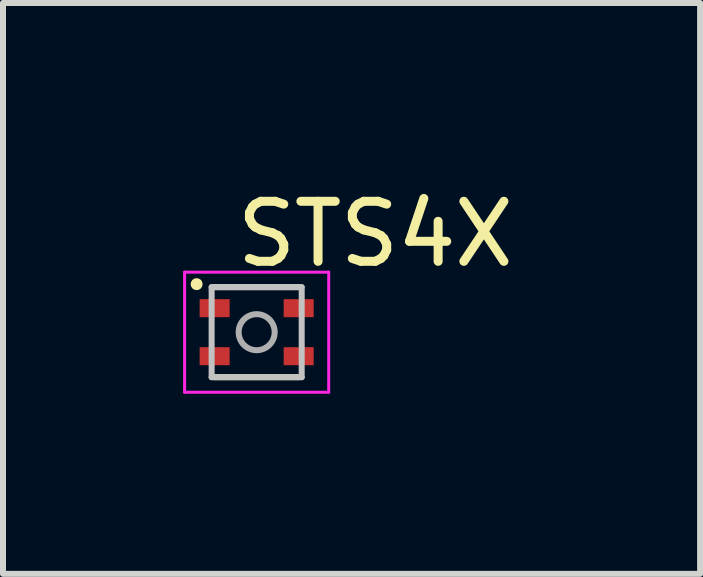
<source format=kicad_pcb>
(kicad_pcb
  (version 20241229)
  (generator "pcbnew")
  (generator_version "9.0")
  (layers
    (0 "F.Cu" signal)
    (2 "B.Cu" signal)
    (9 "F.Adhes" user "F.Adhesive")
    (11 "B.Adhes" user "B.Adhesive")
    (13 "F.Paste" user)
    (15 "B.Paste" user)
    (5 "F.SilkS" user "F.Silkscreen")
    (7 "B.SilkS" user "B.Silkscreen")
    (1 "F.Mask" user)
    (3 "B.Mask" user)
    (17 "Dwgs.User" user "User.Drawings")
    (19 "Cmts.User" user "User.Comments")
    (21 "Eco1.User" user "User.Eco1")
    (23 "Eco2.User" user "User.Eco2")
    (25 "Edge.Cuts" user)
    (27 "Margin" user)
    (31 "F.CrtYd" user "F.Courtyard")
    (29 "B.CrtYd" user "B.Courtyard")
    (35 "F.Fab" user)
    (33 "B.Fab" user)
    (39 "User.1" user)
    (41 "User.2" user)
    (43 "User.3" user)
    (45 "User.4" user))
  (footprint "STS4X"
    (layer "F.Cu")
    (at 1.225 2.483)
    (property "Reference" "STS4X" (at 1.975 -1.635 0) (layer "F.SilkS") (effects (font (size 1 1) (thickness 0.15))))
    (attr through_hole)
    (fp_line (start -0.7 -0.75) (end 0.7 -0.75) (stroke (width 0.1) (type solid)) (layer "F.SilkS"))
    (fp_line (start -0.7 0.75) (end 0.7 0.75) (stroke (width 0.1) (type solid)) (layer "F.SilkS"))
    (fp_circle (center -1 -0.8) (end -0.95 -0.8) (stroke (width 0.1) (type solid)) (fill no) (layer "F.SilkS"))
    (fp_line (start -0.75 -0.75) (end -0.75 0.75) (stroke (width 0.1) (type solid)) (layer "Dwgs.User"))
    (fp_line (start -0.75 0.75) (end 0.75 0.75) (stroke (width 0.1) (type solid)) (layer "Dwgs.User"))
    (fp_line (start 0.75 -0.75) (end -0.75 -0.75) (stroke (width 0.1) (type solid)) (layer "Dwgs.User"))
    (fp_line (start 0.75 0.75) (end 0.75 -0.75) (stroke (width 0.1) (type solid)) (layer "Dwgs.User"))
    (fp_line (start -1.2 -1) (end -1.2 1) (stroke (width 0.05) (type solid)) (layer "F.CrtYd"))
    (fp_line (start -1.2 1) (end 1.2 1) (stroke (width 0.05) (type solid)) (layer "F.CrtYd"))
    (fp_line (start 1.2 -1) (end -1.2 -1) (stroke (width 0.05) (type solid)) (layer "F.CrtYd"))
    (fp_line (start 1.2 1) (end 1.2 -1) (stroke (width 0.05) (type solid)) (layer "F.CrtYd"))
    (fp_circle (center 0 0) (end 0.3 0) (stroke (width 0.1) (type solid)) (fill no) (layer "F.Fab"))
    (pad "1" smd rect (at -0.7 -0.4) (size 0.5 0.3) (layers "F.Cu" "F.Mask" "F.Paste"))
    (pad "2" smd rect (at -0.7 0.4) (size 0.5 0.3) (layers "F.Cu" "F.Mask" "F.Paste"))
    (pad "3" smd rect (at 0.7 0.4) (size 0.5 0.3) (layers "F.Cu" "F.Mask" "F.Paste"))
    (pad "4" smd rect (at 0.7 -0.4) (size 0.5 0.3) (layers "F.Cu" "F.Mask" "F.Paste")))
  (gr_rect
    (start -3 -3)
    (end 8.611 6.508)
    (stroke (width 0.1) (type default))
    (fill no)
    (layer "Edge.Cuts")))
</source>
